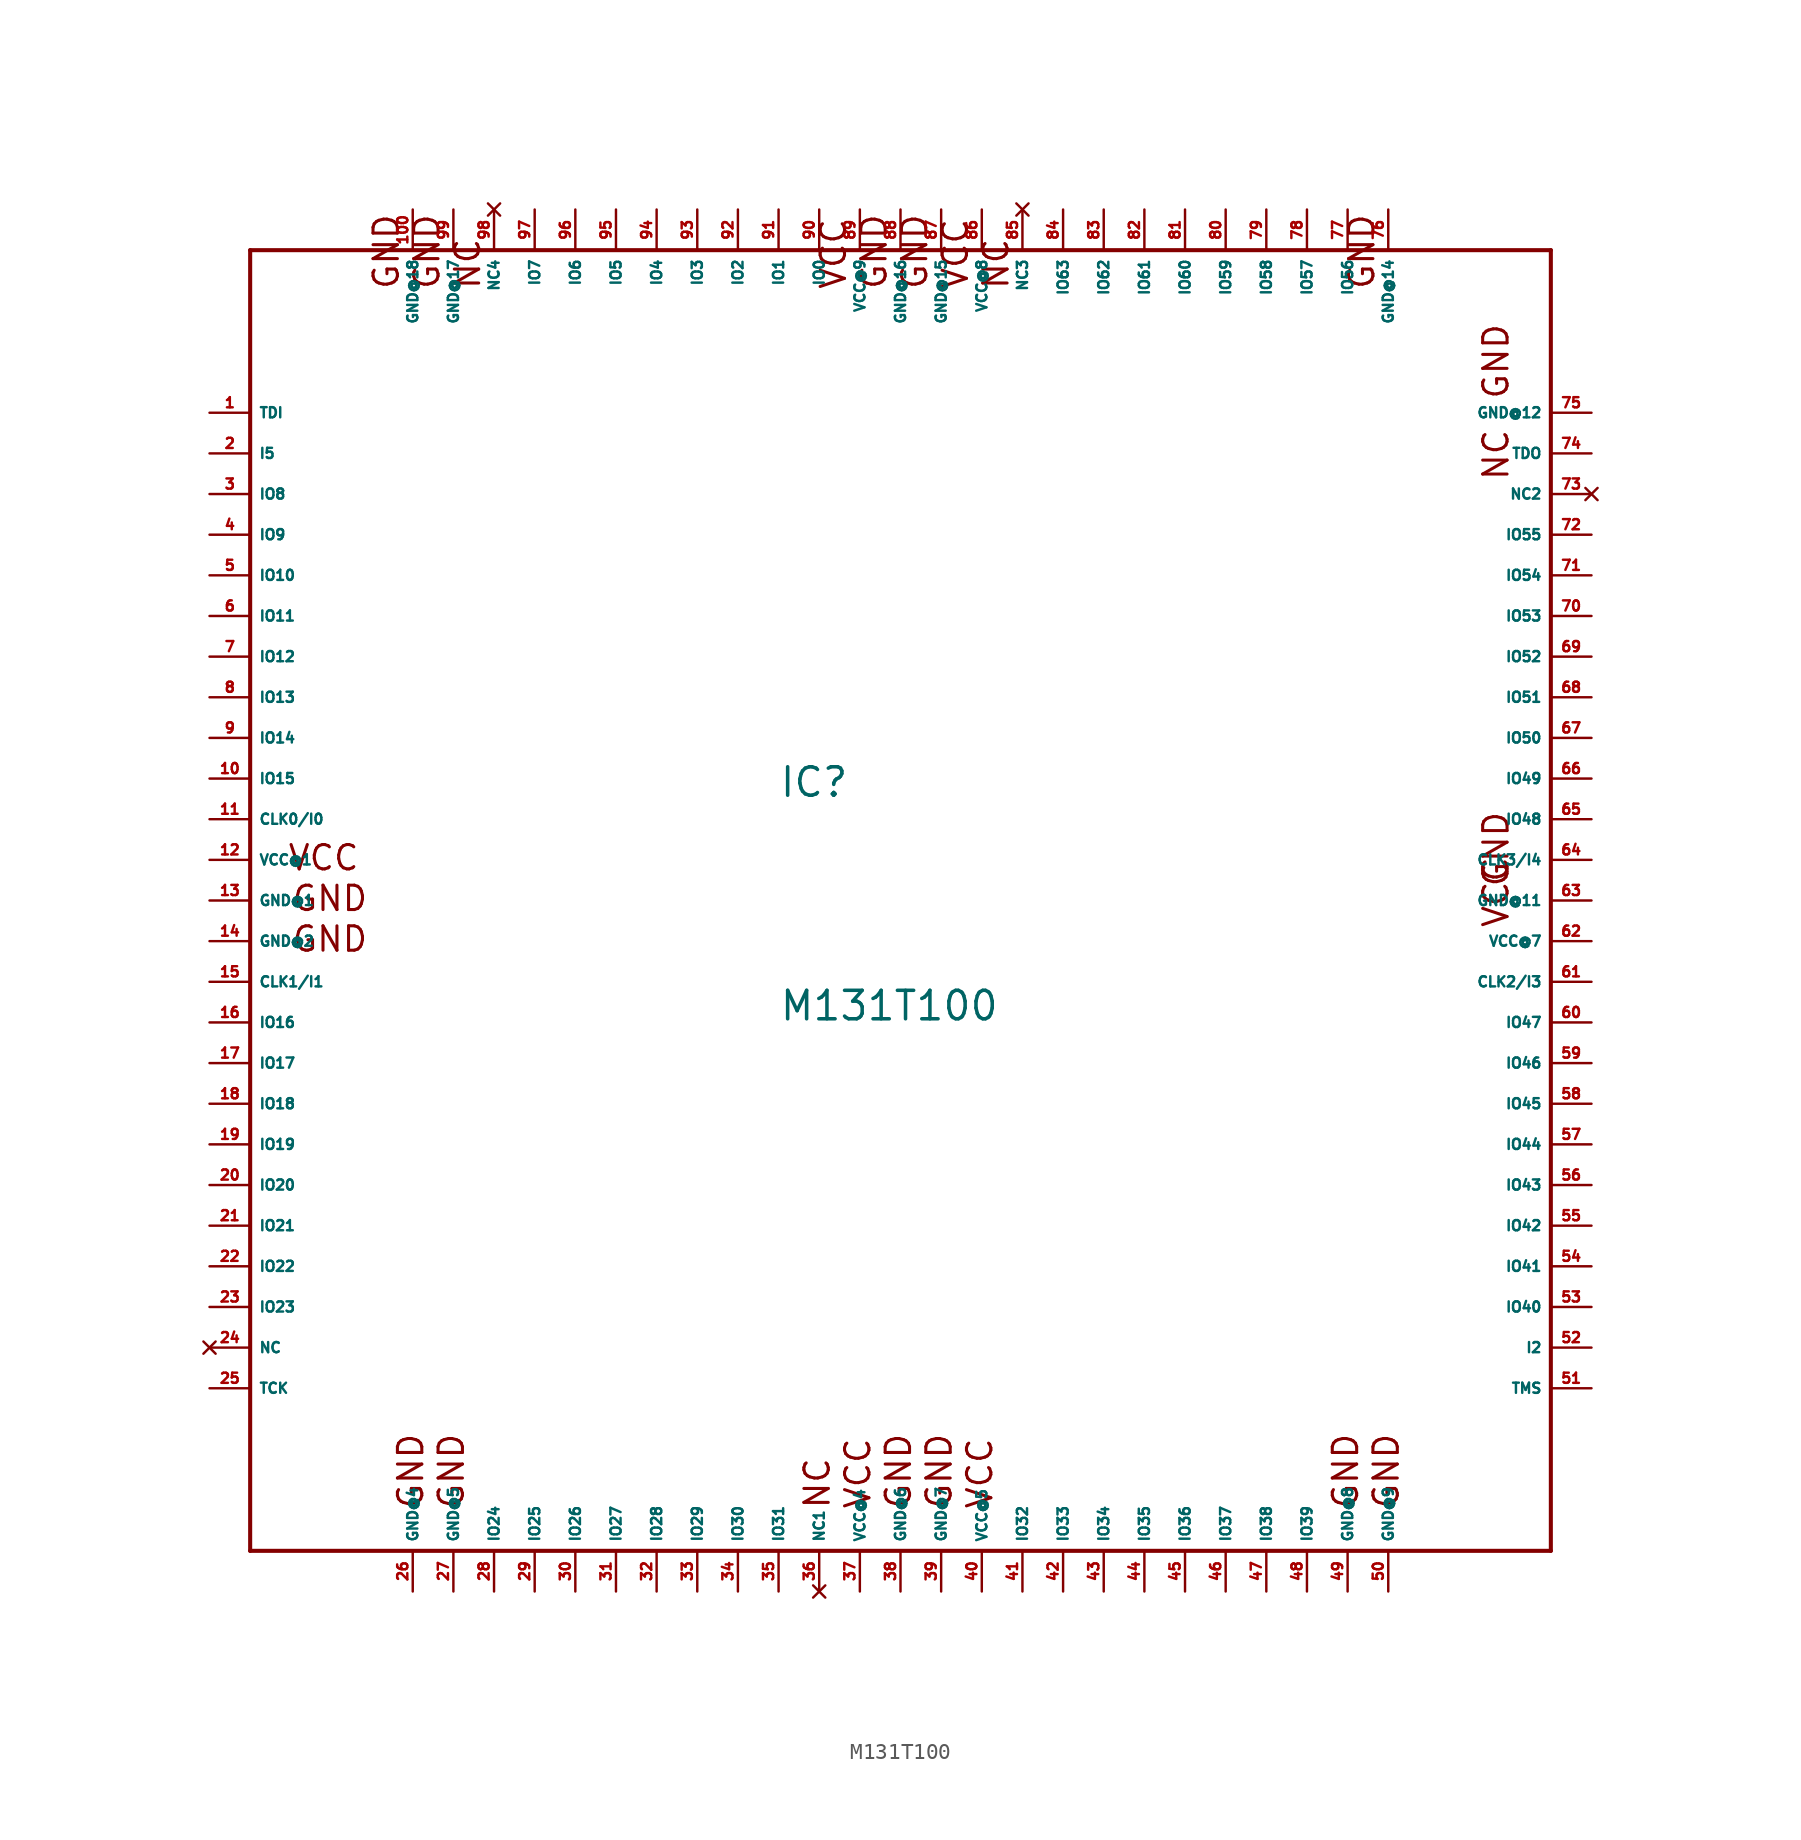
<source format=kicad_sym>
(kicad_symbol_lib
  (version 20220914)
  (generator Eagle2Kicad)
  (symbol "M131T100"
    (property "Reference" "IC"
      (at -7.62 6.35 0)
      (effects (font (size 1.778 1.778) (thickness 0.22)) (justify left bottom)))
    (property "Value" "M131T100"
      (at -7.62 -7.62 0)
      (effects (font (size 1.778 1.778) (thickness 0.22)) (justify left bottom)))
    (polyline
      (pts (xy -40.64 40.64) (xy -40.64 -40.64))
      (stroke (width 0.254) (type default))
      (fill (type none)))
    (polyline
      (pts (xy -40.64 -40.64) (xy 40.64 -40.64))
      (stroke (width 0.254) (type default))
      (fill (type none)))
    (polyline
      (pts (xy 40.64 -40.64) (xy 40.64 40.64))
      (stroke (width 0.254) (type default))
      (fill (type none)))
    (polyline
      (pts (xy 40.64 40.64) (xy -40.64 40.64))
      (stroke (width 0.254) (type default))
      (fill (type none)))
    (text "GND"
      (at -38.1 -0.762 0)
      (effects (font (size 1.524 1.524) (thickness 0.19)) (justify left bottom)))
    (text "GND"
      (at -38.1 -3.302 0)
      (effects (font (size 1.524 1.524) (thickness 0.19)) (justify left bottom)))
    (text "VCC"
      (at -38.354 1.778 0)
      (effects (font (size 1.524 1.524) (thickness 0.19)) (justify left bottom)))
    (text "GND"
      (at 0.762 -38.1 900)
      (effects (font (size 1.524 1.524) (thickness 0.19)) (justify left bottom)))
    (text "VCC"
      (at -1.778 -38.1 900)
      (effects (font (size 1.524 1.524) (thickness 0.19)) (justify left bottom)))
    (text "GND"
      (at 28.702 -38.1 900)
      (effects (font (size 1.524 1.524) (thickness 0.19)) (justify left bottom)))
    (text "GND"
      (at 3.302 -38.1 900)
      (effects (font (size 1.524 1.524) (thickness 0.19)) (justify left bottom)))
    (text "VCC"
      (at 5.842 -38.1 900)
      (effects (font (size 1.524 1.524) (thickness 0.19)) (justify left bottom)))
    (text "GND"
      (at 31.242 -38.1 900)
      (effects (font (size 1.524 1.524) (thickness 0.19)) (justify left bottom)))
    (text "VCC"
      (at 38.1 -1.778 1800)
      (effects (font (size 1.524 1.524) (thickness 0.19)) (justify left bottom)))
    (text "GND"
      (at 38.1 0.762 1800)
      (effects (font (size 1.524 1.524) (thickness 0.19)) (justify left bottom)))
    (text "GND"
      (at 38.1 31.242 1800)
      (effects (font (size 1.524 1.524) (thickness 0.19)) (justify left bottom)))
    (text "GND"
      (at 1.778 38.1 2700)
      (effects (font (size 1.524 1.524) (thickness 0.19)) (justify left bottom)))
    (text "VCC"
      (at 4.318 38.1 2700)
      (effects (font (size 1.524 1.524) (thickness 0.19)) (justify left bottom)))
    (text "GND"
      (at -0.762 38.1 2700)
      (effects (font (size 1.524 1.524) (thickness 0.19)) (justify left bottom)))
    (text "VCC"
      (at -3.302 38.1 2700)
      (effects (font (size 1.524 1.524) (thickness 0.19)) (justify left bottom)))
    (text "GND"
      (at -29.718 -38.1 900)
      (effects (font (size 1.524 1.524) (thickness 0.19)) (justify left bottom)))
    (text "GND"
      (at -27.178 -38.1 900)
      (effects (font (size 1.524 1.524) (thickness 0.19)) (justify left bottom)))
    (text "GND"
      (at 29.718 38.1 2700)
      (effects (font (size 1.524 1.524) (thickness 0.19)) (justify left bottom)))
    (text "GND"
      (at -28.702 38.1 2700)
      (effects (font (size 1.524 1.524) (thickness 0.19)) (justify left bottom)))
    (text "GND"
      (at -31.242 38.1 2700)
      (effects (font (size 1.524 1.524) (thickness 0.19)) (justify left bottom)))
    (text "NC"
      (at -4.318 -38.1 900)
      (effects (font (size 1.524 1.524) (thickness 0.19)) (justify left bottom)))
    (text "NC"
      (at 38.1 26.162 1800)
      (effects (font (size 1.524 1.524) (thickness 0.19)) (justify left bottom)))
    (text "NC"
      (at 6.858 38.1 2700)
      (effects (font (size 1.524 1.524) (thickness 0.19)) (justify left bottom)))
    (text "NC"
      (at -26.162 38.1 2700)
      (effects (font (size 1.524 1.524) (thickness 0.19)) (justify left bottom)))
    (pin input line
      (at -43.18 5.08 0)
      (length 2.54)
      (name "CLK0/I0" (effects (font (size 0.635 0.635) (thickness 0.08)) (justify left bottom)))
      (number "11" (effects (font (size 0.635 0.635) (thickness 0.08)) (justify left bottom))))
    (pin input line
      (at -43.18 -5.08 0)
      (length 2.54)
      (name "CLK1/I1" (effects (font (size 0.635 0.635) (thickness 0.08)) (justify left bottom)))
      (number "15" (effects (font (size 0.635 0.635) (thickness 0.08)) (justify left bottom))))
    (pin input line
      (at -43.18 30.48 0)
      (length 2.54)
      (name "TDI" (effects (font (size 0.635 0.635) (thickness 0.08)) (justify left bottom)))
      (number "1" (effects (font (size 0.635 0.635) (thickness 0.08)) (justify left bottom))))
    (pin input line
      (at -43.18 -30.48 0)
      (length 2.54)
      (name "TCK" (effects (font (size 0.635 0.635) (thickness 0.08)) (justify left bottom)))
      (number "25" (effects (font (size 0.635 0.635) (thickness 0.08)) (justify left bottom))))
    (pin no_connect line
      (at -43.18 -27.94 0)
      (length 2.54)
      (name "NC" (effects (font (size 0.635 0.635) (thickness 0.08)) (justify left bottom) hide))
      (number "24" (effects (font (size 0.635 0.635) (thickness 0.08)) (justify left bottom) hide)))
    (pin output line
      (at 43.18 27.94 180)
      (length 2.54)
      (name "TDO" (effects (font (size 0.635 0.635) (thickness 0.08)) (justify left bottom)))
      (number "74" (effects (font (size 0.635 0.635) (thickness 0.08)) (justify left bottom))))
    (pin bidirectional line
      (at -5.08 43.18 270)
      (length 2.54)
      (name "IO0" (effects (font (size 0.635 0.635) (thickness 0.08)) (justify left bottom)))
      (number "90" (effects (font (size 0.635 0.635) (thickness 0.08)) (justify left bottom))))
    (pin bidirectional line
      (at -7.62 43.18 270)
      (length 2.54)
      (name "IO1" (effects (font (size 0.635 0.635) (thickness 0.08)) (justify left bottom)))
      (number "91" (effects (font (size 0.635 0.635) (thickness 0.08)) (justify left bottom))))
    (pin bidirectional line
      (at -10.16 43.18 270)
      (length 2.54)
      (name "IO2" (effects (font (size 0.635 0.635) (thickness 0.08)) (justify left bottom)))
      (number "92" (effects (font (size 0.635 0.635) (thickness 0.08)) (justify left bottom))))
    (pin bidirectional line
      (at -12.7 43.18 270)
      (length 2.54)
      (name "IO3" (effects (font (size 0.635 0.635) (thickness 0.08)) (justify left bottom)))
      (number "93" (effects (font (size 0.635 0.635) (thickness 0.08)) (justify left bottom))))
    (pin bidirectional line
      (at -15.24 43.18 270)
      (length 2.54)
      (name "IO4" (effects (font (size 0.635 0.635) (thickness 0.08)) (justify left bottom)))
      (number "94" (effects (font (size 0.635 0.635) (thickness 0.08)) (justify left bottom))))
    (pin bidirectional line
      (at -17.78 43.18 270)
      (length 2.54)
      (name "IO5" (effects (font (size 0.635 0.635) (thickness 0.08)) (justify left bottom)))
      (number "95" (effects (font (size 0.635 0.635) (thickness 0.08)) (justify left bottom))))
    (pin bidirectional line
      (at -20.32 43.18 270)
      (length 2.54)
      (name "IO6" (effects (font (size 0.635 0.635) (thickness 0.08)) (justify left bottom)))
      (number "96" (effects (font (size 0.635 0.635) (thickness 0.08)) (justify left bottom))))
    (pin bidirectional line
      (at -22.86 43.18 270)
      (length 2.54)
      (name "IO7" (effects (font (size 0.635 0.635) (thickness 0.08)) (justify left bottom)))
      (number "97" (effects (font (size 0.635 0.635) (thickness 0.08)) (justify left bottom))))
    (pin bidirectional line
      (at -43.18 25.4 0)
      (length 2.54)
      (name "IO8" (effects (font (size 0.635 0.635) (thickness 0.08)) (justify left bottom)))
      (number "3" (effects (font (size 0.635 0.635) (thickness 0.08)) (justify left bottom))))
    (pin bidirectional line
      (at -43.18 22.86 0)
      (length 2.54)
      (name "IO9" (effects (font (size 0.635 0.635) (thickness 0.08)) (justify left bottom)))
      (number "4" (effects (font (size 0.635 0.635) (thickness 0.08)) (justify left bottom))))
    (pin bidirectional line
      (at -43.18 20.32 0)
      (length 2.54)
      (name "IO10" (effects (font (size 0.635 0.635) (thickness 0.08)) (justify left bottom)))
      (number "5" (effects (font (size 0.635 0.635) (thickness 0.08)) (justify left bottom))))
    (pin bidirectional line
      (at -43.18 17.78 0)
      (length 2.54)
      (name "IO11" (effects (font (size 0.635 0.635) (thickness 0.08)) (justify left bottom)))
      (number "6" (effects (font (size 0.635 0.635) (thickness 0.08)) (justify left bottom))))
    (pin bidirectional line
      (at -43.18 15.24 0)
      (length 2.54)
      (name "IO12" (effects (font (size 0.635 0.635) (thickness 0.08)) (justify left bottom)))
      (number "7" (effects (font (size 0.635 0.635) (thickness 0.08)) (justify left bottom))))
    (pin bidirectional line
      (at -43.18 12.7 0)
      (length 2.54)
      (name "IO13" (effects (font (size 0.635 0.635) (thickness 0.08)) (justify left bottom)))
      (number "8" (effects (font (size 0.635 0.635) (thickness 0.08)) (justify left bottom))))
    (pin bidirectional line
      (at -43.18 10.16 0)
      (length 2.54)
      (name "IO14" (effects (font (size 0.635 0.635) (thickness 0.08)) (justify left bottom)))
      (number "9" (effects (font (size 0.635 0.635) (thickness 0.08)) (justify left bottom))))
    (pin bidirectional line
      (at -43.18 7.62 0)
      (length 2.54)
      (name "IO15" (effects (font (size 0.635 0.635) (thickness 0.08)) (justify left bottom)))
      (number "10" (effects (font (size 0.635 0.635) (thickness 0.08)) (justify left bottom))))
    (pin bidirectional line
      (at -43.18 -7.62 0)
      (length 2.54)
      (name "IO16" (effects (font (size 0.635 0.635) (thickness 0.08)) (justify left bottom)))
      (number "16" (effects (font (size 0.635 0.635) (thickness 0.08)) (justify left bottom))))
    (pin bidirectional line
      (at -43.18 -10.16 0)
      (length 2.54)
      (name "IO17" (effects (font (size 0.635 0.635) (thickness 0.08)) (justify left bottom)))
      (number "17" (effects (font (size 0.635 0.635) (thickness 0.08)) (justify left bottom))))
    (pin bidirectional line
      (at -43.18 -12.7 0)
      (length 2.54)
      (name "IO18" (effects (font (size 0.635 0.635) (thickness 0.08)) (justify left bottom)))
      (number "18" (effects (font (size 0.635 0.635) (thickness 0.08)) (justify left bottom))))
    (pin bidirectional line
      (at -43.18 -15.24 0)
      (length 2.54)
      (name "IO19" (effects (font (size 0.635 0.635) (thickness 0.08)) (justify left bottom)))
      (number "19" (effects (font (size 0.635 0.635) (thickness 0.08)) (justify left bottom))))
    (pin bidirectional line
      (at -43.18 -17.78 0)
      (length 2.54)
      (name "IO20" (effects (font (size 0.635 0.635) (thickness 0.08)) (justify left bottom)))
      (number "20" (effects (font (size 0.635 0.635) (thickness 0.08)) (justify left bottom))))
    (pin bidirectional line
      (at -43.18 -20.32 0)
      (length 2.54)
      (name "IO21" (effects (font (size 0.635 0.635) (thickness 0.08)) (justify left bottom)))
      (number "21" (effects (font (size 0.635 0.635) (thickness 0.08)) (justify left bottom))))
    (pin bidirectional line
      (at -43.18 -22.86 0)
      (length 2.54)
      (name "IO22" (effects (font (size 0.635 0.635) (thickness 0.08)) (justify left bottom)))
      (number "22" (effects (font (size 0.635 0.635) (thickness 0.08)) (justify left bottom))))
    (pin bidirectional line
      (at -43.18 -25.4 0)
      (length 2.54)
      (name "IO23" (effects (font (size 0.635 0.635) (thickness 0.08)) (justify left bottom)))
      (number "23" (effects (font (size 0.635 0.635) (thickness 0.08)) (justify left bottom))))
    (pin bidirectional line
      (at -25.4 -43.18 90)
      (length 2.54)
      (name "IO24" (effects (font (size 0.635 0.635) (thickness 0.08)) (justify left bottom)))
      (number "28" (effects (font (size 0.635 0.635) (thickness 0.08)) (justify left bottom))))
    (pin bidirectional line
      (at -22.86 -43.18 90)
      (length 2.54)
      (name "IO25" (effects (font (size 0.635 0.635) (thickness 0.08)) (justify left bottom)))
      (number "29" (effects (font (size 0.635 0.635) (thickness 0.08)) (justify left bottom))))
    (pin bidirectional line
      (at -20.32 -43.18 90)
      (length 2.54)
      (name "IO26" (effects (font (size 0.635 0.635) (thickness 0.08)) (justify left bottom)))
      (number "30" (effects (font (size 0.635 0.635) (thickness 0.08)) (justify left bottom))))
    (pin bidirectional line
      (at -17.78 -43.18 90)
      (length 2.54)
      (name "IO27" (effects (font (size 0.635 0.635) (thickness 0.08)) (justify left bottom)))
      (number "31" (effects (font (size 0.635 0.635) (thickness 0.08)) (justify left bottom))))
    (pin bidirectional line
      (at -15.24 -43.18 90)
      (length 2.54)
      (name "IO28" (effects (font (size 0.635 0.635) (thickness 0.08)) (justify left bottom)))
      (number "32" (effects (font (size 0.635 0.635) (thickness 0.08)) (justify left bottom))))
    (pin bidirectional line
      (at -12.7 -43.18 90)
      (length 2.54)
      (name "IO29" (effects (font (size 0.635 0.635) (thickness 0.08)) (justify left bottom)))
      (number "33" (effects (font (size 0.635 0.635) (thickness 0.08)) (justify left bottom))))
    (pin bidirectional line
      (at -10.16 -43.18 90)
      (length 2.54)
      (name "IO30" (effects (font (size 0.635 0.635) (thickness 0.08)) (justify left bottom)))
      (number "34" (effects (font (size 0.635 0.635) (thickness 0.08)) (justify left bottom))))
    (pin bidirectional line
      (at -7.62 -43.18 90)
      (length 2.54)
      (name "IO31" (effects (font (size 0.635 0.635) (thickness 0.08)) (justify left bottom)))
      (number "35" (effects (font (size 0.635 0.635) (thickness 0.08)) (justify left bottom))))
    (pin unspecified line
      (at -43.18 0 0)
      (length 2.54)
      (name "GND@1" (effects (font (size 0.635 0.635) (thickness 0.08)) (justify left bottom)))
      (number "13" (effects (font (size 0.635 0.635) (thickness 0.08)) (justify left bottom))))
    (pin unspecified line
      (at -30.48 -43.18 90)
      (length 2.54)
      (name "GND@4" (effects (font (size 0.635 0.635) (thickness 0.08)) (justify left bottom)))
      (number "26" (effects (font (size 0.635 0.635) (thickness 0.08)) (justify left bottom))))
    (pin unspecified line
      (at -43.18 2.54 0)
      (length 2.54)
      (name "VCC@1" (effects (font (size 0.635 0.635) (thickness 0.08)) (justify left bottom)))
      (number "12" (effects (font (size 0.635 0.635) (thickness 0.08)) (justify left bottom))))
    (pin bidirectional line
      (at 7.62 -43.18 90)
      (length 2.54)
      (name "IO32" (effects (font (size 0.635 0.635) (thickness 0.08)) (justify left bottom)))
      (number "41" (effects (font (size 0.635 0.635) (thickness 0.08)) (justify left bottom))))
    (pin bidirectional line
      (at 10.16 -43.18 90)
      (length 2.54)
      (name "IO33" (effects (font (size 0.635 0.635) (thickness 0.08)) (justify left bottom)))
      (number "42" (effects (font (size 0.635 0.635) (thickness 0.08)) (justify left bottom))))
    (pin bidirectional line
      (at 12.7 -43.18 90)
      (length 2.54)
      (name "IO34" (effects (font (size 0.635 0.635) (thickness 0.08)) (justify left bottom)))
      (number "43" (effects (font (size 0.635 0.635) (thickness 0.08)) (justify left bottom))))
    (pin bidirectional line
      (at 15.24 -43.18 90)
      (length 2.54)
      (name "IO35" (effects (font (size 0.635 0.635) (thickness 0.08)) (justify left bottom)))
      (number "44" (effects (font (size 0.635 0.635) (thickness 0.08)) (justify left bottom))))
    (pin input line
      (at 43.18 2.54 180)
      (length 2.54)
      (name "CLK3/I4" (effects (font (size 0.635 0.635) (thickness 0.08)) (justify left bottom)))
      (number "64" (effects (font (size 0.635 0.635) (thickness 0.08)) (justify left bottom))))
    (pin unspecified line
      (at -27.94 -43.18 90)
      (length 2.54)
      (name "GND@5" (effects (font (size 0.635 0.635) (thickness 0.08)) (justify left bottom)))
      (number "27" (effects (font (size 0.635 0.635) (thickness 0.08)) (justify left bottom))))
    (pin input line
      (at 43.18 -5.08 180)
      (length 2.54)
      (name "CLK2/I3" (effects (font (size 0.635 0.635) (thickness 0.08)) (justify left bottom)))
      (number "61" (effects (font (size 0.635 0.635) (thickness 0.08)) (justify left bottom))))
    (pin bidirectional line
      (at 17.78 -43.18 90)
      (length 2.54)
      (name "IO36" (effects (font (size 0.635 0.635) (thickness 0.08)) (justify left bottom)))
      (number "45" (effects (font (size 0.635 0.635) (thickness 0.08)) (justify left bottom))))
    (pin bidirectional line
      (at 20.32 -43.18 90)
      (length 2.54)
      (name "IO37" (effects (font (size 0.635 0.635) (thickness 0.08)) (justify left bottom)))
      (number "46" (effects (font (size 0.635 0.635) (thickness 0.08)) (justify left bottom))))
    (pin bidirectional line
      (at 22.86 -43.18 90)
      (length 2.54)
      (name "IO38" (effects (font (size 0.635 0.635) (thickness 0.08)) (justify left bottom)))
      (number "47" (effects (font (size 0.635 0.635) (thickness 0.08)) (justify left bottom))))
    (pin bidirectional line
      (at 25.4 -43.18 90)
      (length 2.54)
      (name "IO39" (effects (font (size 0.635 0.635) (thickness 0.08)) (justify left bottom)))
      (number "48" (effects (font (size 0.635 0.635) (thickness 0.08)) (justify left bottom))))
    (pin bidirectional line
      (at 43.18 -25.4 180)
      (length 2.54)
      (name "IO40" (effects (font (size 0.635 0.635) (thickness 0.08)) (justify left bottom)))
      (number "53" (effects (font (size 0.635 0.635) (thickness 0.08)) (justify left bottom))))
    (pin bidirectional line
      (at 43.18 -22.86 180)
      (length 2.54)
      (name "IO41" (effects (font (size 0.635 0.635) (thickness 0.08)) (justify left bottom)))
      (number "54" (effects (font (size 0.635 0.635) (thickness 0.08)) (justify left bottom))))
    (pin bidirectional line
      (at 43.18 -20.32 180)
      (length 2.54)
      (name "IO42" (effects (font (size 0.635 0.635) (thickness 0.08)) (justify left bottom)))
      (number "55" (effects (font (size 0.635 0.635) (thickness 0.08)) (justify left bottom))))
    (pin bidirectional line
      (at 43.18 -17.78 180)
      (length 2.54)
      (name "IO43" (effects (font (size 0.635 0.635) (thickness 0.08)) (justify left bottom)))
      (number "56" (effects (font (size 0.635 0.635) (thickness 0.08)) (justify left bottom))))
    (pin bidirectional line
      (at 43.18 -15.24 180)
      (length 2.54)
      (name "IO44" (effects (font (size 0.635 0.635) (thickness 0.08)) (justify left bottom)))
      (number "57" (effects (font (size 0.635 0.635) (thickness 0.08)) (justify left bottom))))
    (pin bidirectional line
      (at 43.18 -12.7 180)
      (length 2.54)
      (name "IO45" (effects (font (size 0.635 0.635) (thickness 0.08)) (justify left bottom)))
      (number "58" (effects (font (size 0.635 0.635) (thickness 0.08)) (justify left bottom))))
    (pin bidirectional line
      (at 43.18 -10.16 180)
      (length 2.54)
      (name "IO46" (effects (font (size 0.635 0.635) (thickness 0.08)) (justify left bottom)))
      (number "59" (effects (font (size 0.635 0.635) (thickness 0.08)) (justify left bottom))))
    (pin bidirectional line
      (at 43.18 -7.62 180)
      (length 2.54)
      (name "IO47" (effects (font (size 0.635 0.635) (thickness 0.08)) (justify left bottom)))
      (number "60" (effects (font (size 0.635 0.635) (thickness 0.08)) (justify left bottom))))
    (pin input line
      (at 43.18 -27.94 180)
      (length 2.54)
      (name "I2" (effects (font (size 0.635 0.635) (thickness 0.08)) (justify left bottom)))
      (number "52" (effects (font (size 0.635 0.635) (thickness 0.08)) (justify left bottom))))
    (pin unspecified line
      (at 2.54 -43.18 90)
      (length 2.54)
      (name "GND@7" (effects (font (size 0.635 0.635) (thickness 0.08)) (justify left bottom)))
      (number "39" (effects (font (size 0.635 0.635) (thickness 0.08)) (justify left bottom))))
    (pin unspecified line
      (at -2.54 -43.18 90)
      (length 2.54)
      (name "VCC@4" (effects (font (size 0.635 0.635) (thickness 0.08)) (justify left bottom)))
      (number "37" (effects (font (size 0.635 0.635) (thickness 0.08)) (justify left bottom))))
    (pin unspecified line
      (at 27.94 -43.18 90)
      (length 2.54)
      (name "GND@8" (effects (font (size 0.635 0.635) (thickness 0.08)) (justify left bottom)))
      (number "49" (effects (font (size 0.635 0.635) (thickness 0.08)) (justify left bottom))))
    (pin unspecified line
      (at 30.48 -43.18 90)
      (length 2.54)
      (name "GND@9" (effects (font (size 0.635 0.635) (thickness 0.08)) (justify left bottom)))
      (number "50" (effects (font (size 0.635 0.635) (thickness 0.08)) (justify left bottom))))
    (pin unspecified line
      (at 5.08 -43.18 90)
      (length 2.54)
      (name "VCC@5" (effects (font (size 0.635 0.635) (thickness 0.08)) (justify left bottom)))
      (number "40" (effects (font (size 0.635 0.635) (thickness 0.08)) (justify left bottom))))
    (pin input line
      (at 43.18 -30.48 180)
      (length 2.54)
      (name "TMS" (effects (font (size 0.635 0.635) (thickness 0.08)) (justify left bottom)))
      (number "51" (effects (font (size 0.635 0.635) (thickness 0.08)) (justify left bottom))))
    (pin unspecified line
      (at 43.18 -2.54 180)
      (length 2.54)
      (name "VCC@7" (effects (font (size 0.635 0.635) (thickness 0.08)) (justify left bottom)))
      (number "62" (effects (font (size 0.635 0.635) (thickness 0.08)) (justify left bottom))))
    (pin unspecified line
      (at 43.18 0 180)
      (length 2.54)
      (name "GND@11" (effects (font (size 0.635 0.635) (thickness 0.08)) (justify left bottom)))
      (number "63" (effects (font (size 0.635 0.635) (thickness 0.08)) (justify left bottom))))
    (pin bidirectional line
      (at 43.18 5.08 180)
      (length 2.54)
      (name "IO48" (effects (font (size 0.635 0.635) (thickness 0.08)) (justify left bottom)))
      (number "65" (effects (font (size 0.635 0.635) (thickness 0.08)) (justify left bottom))))
    (pin bidirectional line
      (at 43.18 7.62 180)
      (length 2.54)
      (name "IO49" (effects (font (size 0.635 0.635) (thickness 0.08)) (justify left bottom)))
      (number "66" (effects (font (size 0.635 0.635) (thickness 0.08)) (justify left bottom))))
    (pin bidirectional line
      (at 43.18 10.16 180)
      (length 2.54)
      (name "IO50" (effects (font (size 0.635 0.635) (thickness 0.08)) (justify left bottom)))
      (number "67" (effects (font (size 0.635 0.635) (thickness 0.08)) (justify left bottom))))
    (pin bidirectional line
      (at 43.18 12.7 180)
      (length 2.54)
      (name "IO51" (effects (font (size 0.635 0.635) (thickness 0.08)) (justify left bottom)))
      (number "68" (effects (font (size 0.635 0.635) (thickness 0.08)) (justify left bottom))))
    (pin bidirectional line
      (at 43.18 15.24 180)
      (length 2.54)
      (name "IO52" (effects (font (size 0.635 0.635) (thickness 0.08)) (justify left bottom)))
      (number "69" (effects (font (size 0.635 0.635) (thickness 0.08)) (justify left bottom))))
    (pin bidirectional line
      (at 43.18 17.78 180)
      (length 2.54)
      (name "IO53" (effects (font (size 0.635 0.635) (thickness 0.08)) (justify left bottom)))
      (number "70" (effects (font (size 0.635 0.635) (thickness 0.08)) (justify left bottom))))
    (pin bidirectional line
      (at 43.18 20.32 180)
      (length 2.54)
      (name "IO54" (effects (font (size 0.635 0.635) (thickness 0.08)) (justify left bottom)))
      (number "71" (effects (font (size 0.635 0.635) (thickness 0.08)) (justify left bottom))))
    (pin bidirectional line
      (at 43.18 22.86 180)
      (length 2.54)
      (name "IO55" (effects (font (size 0.635 0.635) (thickness 0.08)) (justify left bottom)))
      (number "72" (effects (font (size 0.635 0.635) (thickness 0.08)) (justify left bottom))))
    (pin no_connect line
      (at -5.08 -43.18 90)
      (length 2.54)
      (name "NC1" (effects (font (size 0.635 0.635) (thickness 0.08)) (justify left bottom) hide))
      (number "36" (effects (font (size 0.635 0.635) (thickness 0.08)) (justify left bottom) hide)))
    (pin bidirectional line
      (at 27.94 43.18 270)
      (length 2.54)
      (name "IO56" (effects (font (size 0.635 0.635) (thickness 0.08)) (justify left bottom)))
      (number "77" (effects (font (size 0.635 0.635) (thickness 0.08)) (justify left bottom))))
    (pin bidirectional line
      (at 25.4 43.18 270)
      (length 2.54)
      (name "IO57" (effects (font (size 0.635 0.635) (thickness 0.08)) (justify left bottom)))
      (number "78" (effects (font (size 0.635 0.635) (thickness 0.08)) (justify left bottom))))
    (pin bidirectional line
      (at 22.86 43.18 270)
      (length 2.54)
      (name "IO58" (effects (font (size 0.635 0.635) (thickness 0.08)) (justify left bottom)))
      (number "79" (effects (font (size 0.635 0.635) (thickness 0.08)) (justify left bottom))))
    (pin bidirectional line
      (at 20.32 43.18 270)
      (length 2.54)
      (name "IO59" (effects (font (size 0.635 0.635) (thickness 0.08)) (justify left bottom)))
      (number "80" (effects (font (size 0.635 0.635) (thickness 0.08)) (justify left bottom))))
    (pin bidirectional line
      (at 17.78 43.18 270)
      (length 2.54)
      (name "IO60" (effects (font (size 0.635 0.635) (thickness 0.08)) (justify left bottom)))
      (number "81" (effects (font (size 0.635 0.635) (thickness 0.08)) (justify left bottom))))
    (pin bidirectional line
      (at 15.24 43.18 270)
      (length 2.54)
      (name "IO61" (effects (font (size 0.635 0.635) (thickness 0.08)) (justify left bottom)))
      (number "82" (effects (font (size 0.635 0.635) (thickness 0.08)) (justify left bottom))))
    (pin bidirectional line
      (at 12.7 43.18 270)
      (length 2.54)
      (name "IO62" (effects (font (size 0.635 0.635) (thickness 0.08)) (justify left bottom)))
      (number "83" (effects (font (size 0.635 0.635) (thickness 0.08)) (justify left bottom))))
    (pin bidirectional line
      (at 10.16 43.18 270)
      (length 2.54)
      (name "IO63" (effects (font (size 0.635 0.635) (thickness 0.08)) (justify left bottom)))
      (number "84" (effects (font (size 0.635 0.635) (thickness 0.08)) (justify left bottom))))
    (pin unspecified line
      (at 2.54 43.18 270)
      (length 2.54)
      (name "GND@15" (effects (font (size 0.635 0.635) (thickness 0.08)) (justify left bottom)))
      (number "87" (effects (font (size 0.635 0.635) (thickness 0.08)) (justify left bottom))))
    (pin unspecified line
      (at 5.08 43.18 270)
      (length 2.54)
      (name "VCC@8" (effects (font (size 0.635 0.635) (thickness 0.08)) (justify left bottom)))
      (number "86" (effects (font (size 0.635 0.635) (thickness 0.08)) (justify left bottom))))
    (pin unspecified line
      (at 0 43.18 270)
      (length 2.54)
      (name "GND@16" (effects (font (size 0.635 0.635) (thickness 0.08)) (justify left bottom)))
      (number "88" (effects (font (size 0.635 0.635) (thickness 0.08)) (justify left bottom))))
    (pin unspecified line
      (at -2.54 43.18 270)
      (length 2.54)
      (name "VCC@9" (effects (font (size 0.635 0.635) (thickness 0.08)) (justify left bottom)))
      (number "89" (effects (font (size 0.635 0.635) (thickness 0.08)) (justify left bottom))))
    (pin unspecified line
      (at -43.18 -2.54 0)
      (length 2.54)
      (name "GND@2" (effects (font (size 0.635 0.635) (thickness 0.08)) (justify left bottom)))
      (number "14" (effects (font (size 0.635 0.635) (thickness 0.08)) (justify left bottom))))
    (pin unspecified line
      (at -27.94 43.18 270)
      (length 2.54)
      (name "GND@17" (effects (font (size 0.635 0.635) (thickness 0.08)) (justify left bottom)))
      (number "99" (effects (font (size 0.635 0.635) (thickness 0.08)) (justify left bottom))))
    (pin unspecified line
      (at 0 -43.18 90)
      (length 2.54)
      (name "GND@6" (effects (font (size 0.635 0.635) (thickness 0.08)) (justify left bottom)))
      (number "38" (effects (font (size 0.635 0.635) (thickness 0.08)) (justify left bottom))))
    (pin unspecified line
      (at 43.18 30.48 180)
      (length 2.54)
      (name "GND@12" (effects (font (size 0.635 0.635) (thickness 0.08)) (justify left bottom)))
      (number "75" (effects (font (size 0.635 0.635) (thickness 0.08)) (justify left bottom))))
    (pin input line
      (at -43.18 27.94 0)
      (length 2.54)
      (name "I5" (effects (font (size 0.635 0.635) (thickness 0.08)) (justify left bottom)))
      (number "2" (effects (font (size 0.635 0.635) (thickness 0.08)) (justify left bottom))))
    (pin unspecified line
      (at 30.48 43.18 270)
      (length 2.54)
      (name "GND@14" (effects (font (size 0.635 0.635) (thickness 0.08)) (justify left bottom)))
      (number "76" (effects (font (size 0.635 0.635) (thickness 0.08)) (justify left bottom))))
    (pin unspecified line
      (at -30.48 43.18 270)
      (length 2.54)
      (name "GND@18" (effects (font (size 0.635 0.635) (thickness 0.08)) (justify left bottom)))
      (number "100" (effects (font (size 0.635 0.635) (thickness 0.08)) (justify left bottom))))
    (pin no_connect line
      (at 43.18 25.4 180)
      (length 2.54)
      (name "NC2" (effects (font (size 0.635 0.635) (thickness 0.08)) (justify left bottom) hide))
      (number "73" (effects (font (size 0.635 0.635) (thickness 0.08)) (justify left bottom) hide)))
    (pin no_connect line
      (at 7.62 43.18 270)
      (length 2.54)
      (name "NC3" (effects (font (size 0.635 0.635) (thickness 0.08)) (justify left bottom) hide))
      (number "85" (effects (font (size 0.635 0.635) (thickness 0.08)) (justify left bottom) hide)))
    (pin no_connect line
      (at -25.4 43.18 270)
      (length 2.54)
      (name "NC4" (effects (font (size 0.635 0.635) (thickness 0.08)) (justify left bottom) hide))
      (number "98" (effects (font (size 0.635 0.635) (thickness 0.08)) (justify left bottom) hide)))))
</source>
